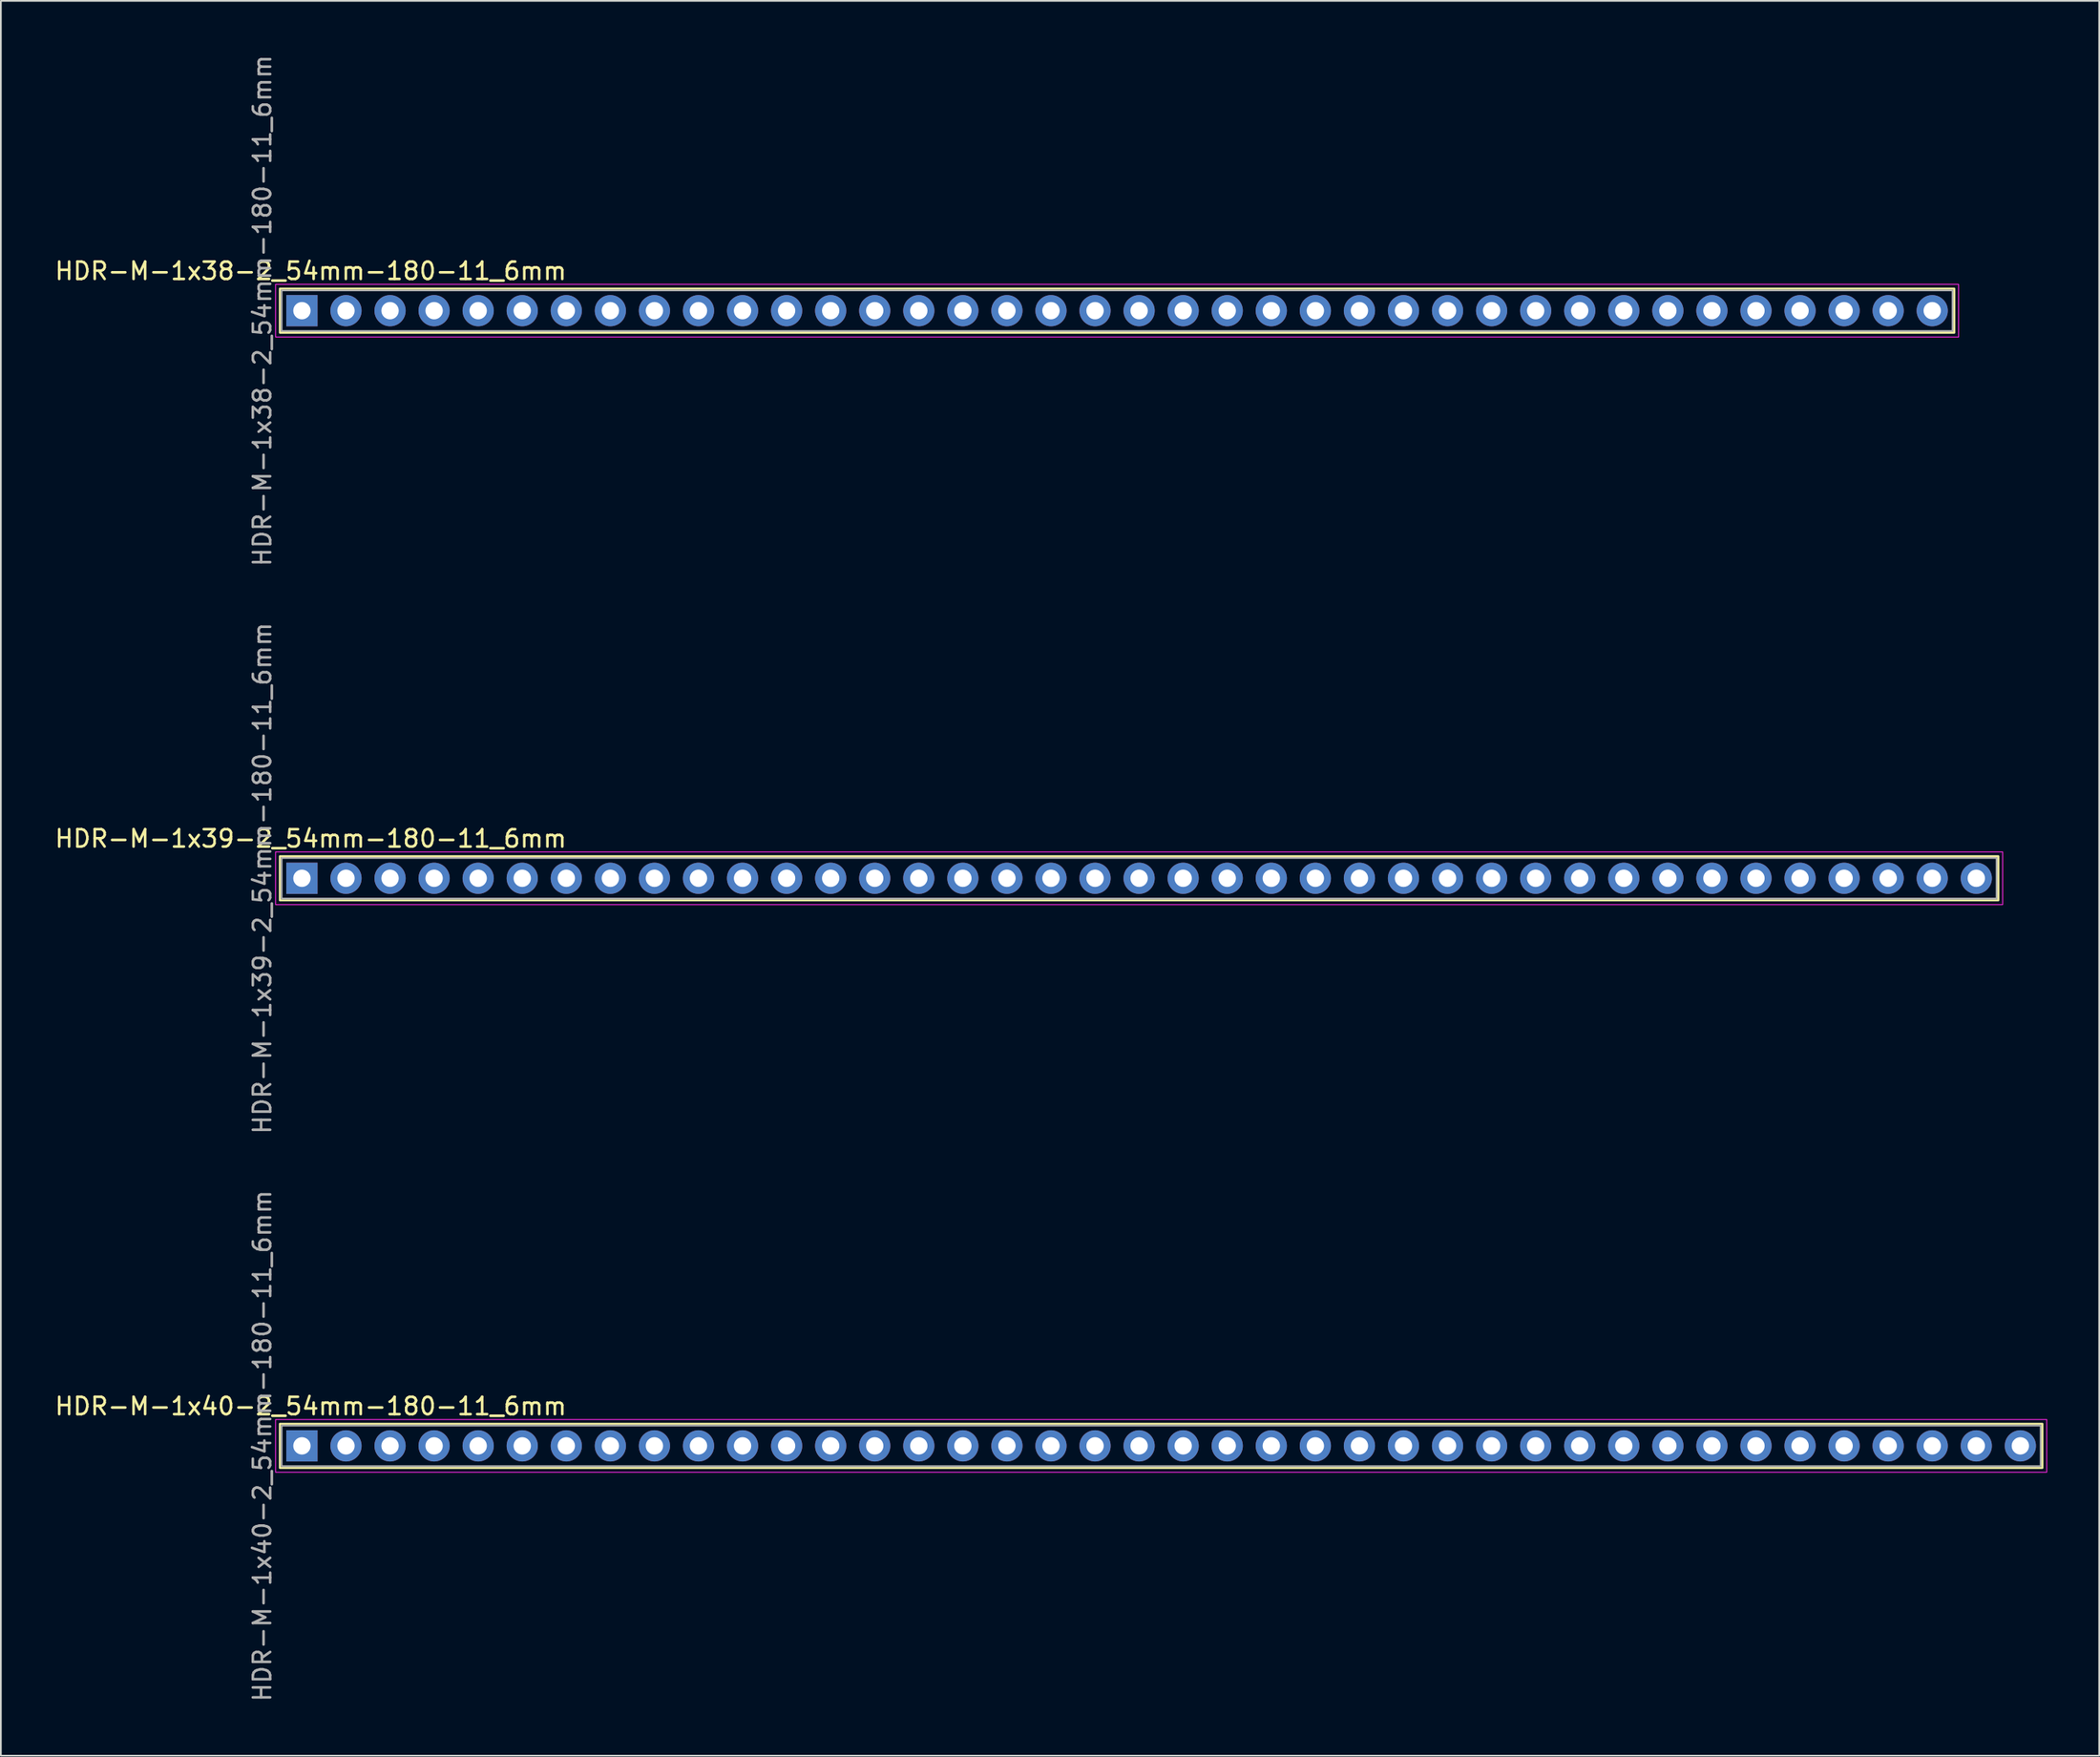
<source format=kicad_pcb>
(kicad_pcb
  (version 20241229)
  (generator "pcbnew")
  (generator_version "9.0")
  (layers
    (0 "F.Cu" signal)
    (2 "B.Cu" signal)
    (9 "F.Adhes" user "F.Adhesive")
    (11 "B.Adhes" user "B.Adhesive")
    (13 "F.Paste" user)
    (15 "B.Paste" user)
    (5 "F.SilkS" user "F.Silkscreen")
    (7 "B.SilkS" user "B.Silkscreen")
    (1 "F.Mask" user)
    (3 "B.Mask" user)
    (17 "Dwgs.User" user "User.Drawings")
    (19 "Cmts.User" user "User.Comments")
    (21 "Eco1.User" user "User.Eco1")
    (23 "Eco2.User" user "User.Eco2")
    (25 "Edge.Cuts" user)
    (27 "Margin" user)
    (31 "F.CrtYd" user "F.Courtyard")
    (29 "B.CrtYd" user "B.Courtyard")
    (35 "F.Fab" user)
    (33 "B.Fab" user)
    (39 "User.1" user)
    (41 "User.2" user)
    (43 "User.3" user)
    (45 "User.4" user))
  (footprint "HDR-M-1x38-2_54mm-180-11_6mm"
    (layer "F.Cu")
    (at 14.355 14.863)
    (property "Reference" "HDR-M-1x38-2_54mm-180-11_6mm" (at 0.508 -2.286 0) (unlocked yes) (layer "F.SilkS") (effects (font (size 1 1) (thickness 0.15))))
    (attr through_hole)
    (fp_rect (start -1.27 -1.27) (end 95.25 1.27) (stroke (width 0.12) (type solid)) (fill no) (layer "F.SilkS"))
    (fp_rect (start -1.52 -1.52) (end 95.5 1.52) (stroke (width 0.05) (type solid)) (fill no) (layer "F.CrtYd"))
    (fp_rect (start -1.17 -1.17) (end 95.15 1.17) (stroke (width 0.1) (type solid)) (fill no) (layer "F.Fab"))
    (fp_text user "${REFERENCE}" (at -2.286 0 90) (unlocked yes) (layer "F.Fab") (effects (font (size 1 1) (thickness 0.15))))
    (pad "1" thru_hole rect (at 0 0) (size 1.8 1.8) (drill 1) (layers "*.Cu" "*.Mask"))
    (pad "2" thru_hole circle (at 2.54 0) (size 1.8 1.8) (drill 1) (layers "*.Cu" "*.Mask"))
    (pad "3" thru_hole circle (at 5.08 0) (size 1.8 1.8) (drill 1) (layers "*.Cu" "*.Mask"))
    (pad "4" thru_hole circle (at 7.62 0) (size 1.8 1.8) (drill 1) (layers "*.Cu" "*.Mask"))
    (pad "5" thru_hole circle (at 10.16 0) (size 1.8 1.8) (drill 1) (layers "*.Cu" "*.Mask"))
    (pad "6" thru_hole circle (at 12.7 0) (size 1.8 1.8) (drill 1) (layers "*.Cu" "*.Mask"))
    (pad "7" thru_hole circle (at 15.24 0) (size 1.8 1.8) (drill 1) (layers "*.Cu" "*.Mask"))
    (pad "8" thru_hole circle (at 17.78 0) (size 1.8 1.8) (drill 1) (layers "*.Cu" "*.Mask"))
    (pad "9" thru_hole circle (at 20.32 0) (size 1.8 1.8) (drill 1) (layers "*.Cu" "*.Mask"))
    (pad "10" thru_hole circle (at 22.86 0) (size 1.8 1.8) (drill 1) (layers "*.Cu" "*.Mask"))
    (pad "11" thru_hole circle (at 25.4 0) (size 1.8 1.8) (drill 1) (layers "*.Cu" "*.Mask"))
    (pad "12" thru_hole circle (at 27.94 0) (size 1.8 1.8) (drill 1) (layers "*.Cu" "*.Mask"))
    (pad "13" thru_hole circle (at 30.48 0) (size 1.8 1.8) (drill 1) (layers "*.Cu" "*.Mask"))
    (pad "14" thru_hole circle (at 33.02 0) (size 1.8 1.8) (drill 1) (layers "*.Cu" "*.Mask"))
    (pad "15" thru_hole circle (at 35.56 0) (size 1.8 1.8) (drill 1) (layers "*.Cu" "*.Mask"))
    (pad "16" thru_hole circle (at 38.1 0) (size 1.8 1.8) (drill 1) (layers "*.Cu" "*.Mask"))
    (pad "17" thru_hole circle (at 40.64 0) (size 1.8 1.8) (drill 1) (layers "*.Cu" "*.Mask"))
    (pad "18" thru_hole circle (at 43.18 0) (size 1.8 1.8) (drill 1) (layers "*.Cu" "*.Mask"))
    (pad "19" thru_hole circle (at 45.72 0) (size 1.8 1.8) (drill 1) (layers "*.Cu" "*.Mask"))
    (pad "20" thru_hole circle (at 48.26 0) (size 1.8 1.8) (drill 1) (layers "*.Cu" "*.Mask"))
    (pad "21" thru_hole circle (at 50.8 0) (size 1.8 1.8) (drill 1) (layers "*.Cu" "*.Mask"))
    (pad "22" thru_hole circle (at 53.34 0) (size 1.8 1.8) (drill 1) (layers "*.Cu" "*.Mask"))
    (pad "23" thru_hole circle (at 55.88 0) (size 1.8 1.8) (drill 1) (layers "*.Cu" "*.Mask"))
    (pad "24" thru_hole circle (at 58.42 0) (size 1.8 1.8) (drill 1) (layers "*.Cu" "*.Mask"))
    (pad "25" thru_hole circle (at 60.96 0) (size 1.8 1.8) (drill 1) (layers "*.Cu" "*.Mask"))
    (pad "26" thru_hole circle (at 63.5 0) (size 1.8 1.8) (drill 1) (layers "*.Cu" "*.Mask"))
    (pad "27" thru_hole circle (at 66.04 0) (size 1.8 1.8) (drill 1) (layers "*.Cu" "*.Mask"))
    (pad "28" thru_hole circle (at 68.58 0) (size 1.8 1.8) (drill 1) (layers "*.Cu" "*.Mask"))
    (pad "29" thru_hole circle (at 71.12 0) (size 1.8 1.8) (drill 1) (layers "*.Cu" "*.Mask"))
    (pad "30" thru_hole circle (at 73.66 0) (size 1.8 1.8) (drill 1) (layers "*.Cu" "*.Mask"))
    (pad "31" thru_hole circle (at 76.2 0) (size 1.8 1.8) (drill 1) (layers "*.Cu" "*.Mask"))
    (pad "32" thru_hole circle (at 78.74 0) (size 1.8 1.8) (drill 1) (layers "*.Cu" "*.Mask"))
    (pad "33" thru_hole circle (at 81.28 0) (size 1.8 1.8) (drill 1) (layers "*.Cu" "*.Mask"))
    (pad "34" thru_hole circle (at 83.82 0) (size 1.8 1.8) (drill 1) (layers "*.Cu" "*.Mask"))
    (pad "35" thru_hole circle (at 86.36 0) (size 1.8 1.8) (drill 1) (layers "*.Cu" "*.Mask"))
    (pad "36" thru_hole circle (at 88.9 0) (size 1.8 1.8) (drill 1) (layers "*.Cu" "*.Mask"))
    (pad "37" thru_hole circle (at 91.44 0) (size 1.8 1.8) (drill 1) (layers "*.Cu" "*.Mask"))
    (pad "38" thru_hole circle (at 93.98 0) (size 1.8 1.8) (drill 1) (layers "*.Cu" "*.Mask")))
  (footprint "HDR-M-1x40-2_54mm-180-11_6mm"
    (layer "F.Cu")
    (at 14.355 80.315)
    (property "Reference" "HDR-M-1x40-2_54mm-180-11_6mm" (at 0.508 -2.286 0) (unlocked yes) (layer "F.SilkS") (effects (font (size 1 1) (thickness 0.15))))
    (attr through_hole)
    (fp_rect (start -1.27 -1.27) (end 100.33 1.27) (stroke (width 0.12) (type solid)) (fill no) (layer "F.SilkS"))
    (fp_rect (start -1.52 -1.52) (end 100.58 1.52) (stroke (width 0.05) (type solid)) (fill no) (layer "F.CrtYd"))
    (fp_rect (start -1.17 -1.17) (end 100.23 1.17) (stroke (width 0.1) (type solid)) (fill no) (layer "F.Fab"))
    (fp_text user "${REFERENCE}" (at -2.286 0 90) (unlocked yes) (layer "F.Fab") (effects (font (size 1 1) (thickness 0.15))))
    (pad "1" thru_hole rect (at 0 0) (size 1.8 1.8) (drill 1) (layers "*.Cu" "*.Mask"))
    (pad "2" thru_hole circle (at 2.54 0) (size 1.8 1.8) (drill 1) (layers "*.Cu" "*.Mask"))
    (pad "3" thru_hole circle (at 5.08 0) (size 1.8 1.8) (drill 1) (layers "*.Cu" "*.Mask"))
    (pad "4" thru_hole circle (at 7.62 0) (size 1.8 1.8) (drill 1) (layers "*.Cu" "*.Mask"))
    (pad "5" thru_hole circle (at 10.16 0) (size 1.8 1.8) (drill 1) (layers "*.Cu" "*.Mask"))
    (pad "6" thru_hole circle (at 12.7 0) (size 1.8 1.8) (drill 1) (layers "*.Cu" "*.Mask"))
    (pad "7" thru_hole circle (at 15.24 0) (size 1.8 1.8) (drill 1) (layers "*.Cu" "*.Mask"))
    (pad "8" thru_hole circle (at 17.78 0) (size 1.8 1.8) (drill 1) (layers "*.Cu" "*.Mask"))
    (pad "9" thru_hole circle (at 20.32 0) (size 1.8 1.8) (drill 1) (layers "*.Cu" "*.Mask"))
    (pad "10" thru_hole circle (at 22.86 0) (size 1.8 1.8) (drill 1) (layers "*.Cu" "*.Mask"))
    (pad "11" thru_hole circle (at 25.4 0) (size 1.8 1.8) (drill 1) (layers "*.Cu" "*.Mask"))
    (pad "12" thru_hole circle (at 27.94 0) (size 1.8 1.8) (drill 1) (layers "*.Cu" "*.Mask"))
    (pad "13" thru_hole circle (at 30.48 0) (size 1.8 1.8) (drill 1) (layers "*.Cu" "*.Mask"))
    (pad "14" thru_hole circle (at 33.02 0) (size 1.8 1.8) (drill 1) (layers "*.Cu" "*.Mask"))
    (pad "15" thru_hole circle (at 35.56 0) (size 1.8 1.8) (drill 1) (layers "*.Cu" "*.Mask"))
    (pad "16" thru_hole circle (at 38.1 0) (size 1.8 1.8) (drill 1) (layers "*.Cu" "*.Mask"))
    (pad "17" thru_hole circle (at 40.64 0) (size 1.8 1.8) (drill 1) (layers "*.Cu" "*.Mask"))
    (pad "18" thru_hole circle (at 43.18 0) (size 1.8 1.8) (drill 1) (layers "*.Cu" "*.Mask"))
    (pad "19" thru_hole circle (at 45.72 0) (size 1.8 1.8) (drill 1) (layers "*.Cu" "*.Mask"))
    (pad "20" thru_hole circle (at 48.26 0) (size 1.8 1.8) (drill 1) (layers "*.Cu" "*.Mask"))
    (pad "21" thru_hole circle (at 50.8 0) (size 1.8 1.8) (drill 1) (layers "*.Cu" "*.Mask"))
    (pad "22" thru_hole circle (at 53.34 0) (size 1.8 1.8) (drill 1) (layers "*.Cu" "*.Mask"))
    (pad "23" thru_hole circle (at 55.88 0) (size 1.8 1.8) (drill 1) (layers "*.Cu" "*.Mask"))
    (pad "24" thru_hole circle (at 58.42 0) (size 1.8 1.8) (drill 1) (layers "*.Cu" "*.Mask"))
    (pad "25" thru_hole circle (at 60.96 0) (size 1.8 1.8) (drill 1) (layers "*.Cu" "*.Mask"))
    (pad "26" thru_hole circle (at 63.5 0) (size 1.8 1.8) (drill 1) (layers "*.Cu" "*.Mask"))
    (pad "27" thru_hole circle (at 66.04 0) (size 1.8 1.8) (drill 1) (layers "*.Cu" "*.Mask"))
    (pad "28" thru_hole circle (at 68.58 0) (size 1.8 1.8) (drill 1) (layers "*.Cu" "*.Mask"))
    (pad "29" thru_hole circle (at 71.12 0) (size 1.8 1.8) (drill 1) (layers "*.Cu" "*.Mask"))
    (pad "30" thru_hole circle (at 73.66 0) (size 1.8 1.8) (drill 1) (layers "*.Cu" "*.Mask"))
    (pad "31" thru_hole circle (at 76.2 0) (size 1.8 1.8) (drill 1) (layers "*.Cu" "*.Mask"))
    (pad "32" thru_hole circle (at 78.74 0) (size 1.8 1.8) (drill 1) (layers "*.Cu" "*.Mask"))
    (pad "33" thru_hole circle (at 81.28 0) (size 1.8 1.8) (drill 1) (layers "*.Cu" "*.Mask"))
    (pad "34" thru_hole circle (at 83.82 0) (size 1.8 1.8) (drill 1) (layers "*.Cu" "*.Mask"))
    (pad "35" thru_hole circle (at 86.36 0) (size 1.8 1.8) (drill 1) (layers "*.Cu" "*.Mask"))
    (pad "36" thru_hole circle (at 88.9 0) (size 1.8 1.8) (drill 1) (layers "*.Cu" "*.Mask"))
    (pad "37" thru_hole circle (at 91.44 0) (size 1.8 1.8) (drill 1) (layers "*.Cu" "*.Mask"))
    (pad "38" thru_hole circle (at 93.98 0) (size 1.8 1.8) (drill 1) (layers "*.Cu" "*.Mask"))
    (pad "39" thru_hole circle (at 96.52 0) (size 1.8 1.8) (drill 1) (layers "*.Cu" "*.Mask"))
    (pad "40" thru_hole circle (at 99.06 0) (size 1.8 1.8) (drill 1) (layers "*.Cu" "*.Mask")))
  (footprint "HDR-M-1x39-2_54mm-180-11_6mm"
    (layer "F.Cu")
    (at 14.355 47.589)
    (property "Reference" "HDR-M-1x39-2_54mm-180-11_6mm" (at 0.508 -2.286 0) (unlocked yes) (layer "F.SilkS") (effects (font (size 1 1) (thickness 0.15))))
    (attr through_hole)
    (fp_rect (start -1.27 -1.27) (end 97.79 1.27) (stroke (width 0.12) (type solid)) (fill no) (layer "F.SilkS"))
    (fp_rect (start -1.52 -1.52) (end 98.04 1.52) (stroke (width 0.05) (type solid)) (fill no) (layer "F.CrtYd"))
    (fp_rect (start -1.17 -1.17) (end 97.69 1.17) (stroke (width 0.1) (type solid)) (fill no) (layer "F.Fab"))
    (fp_text user "${REFERENCE}" (at -2.286 0 90) (unlocked yes) (layer "F.Fab") (effects (font (size 1 1) (thickness 0.15))))
    (pad "1" thru_hole rect (at 0 0) (size 1.8 1.8) (drill 1) (layers "*.Cu" "*.Mask"))
    (pad "2" thru_hole circle (at 2.54 0) (size 1.8 1.8) (drill 1) (layers "*.Cu" "*.Mask"))
    (pad "3" thru_hole circle (at 5.08 0) (size 1.8 1.8) (drill 1) (layers "*.Cu" "*.Mask"))
    (pad "4" thru_hole circle (at 7.62 0) (size 1.8 1.8) (drill 1) (layers "*.Cu" "*.Mask"))
    (pad "5" thru_hole circle (at 10.16 0) (size 1.8 1.8) (drill 1) (layers "*.Cu" "*.Mask"))
    (pad "6" thru_hole circle (at 12.7 0) (size 1.8 1.8) (drill 1) (layers "*.Cu" "*.Mask"))
    (pad "7" thru_hole circle (at 15.24 0) (size 1.8 1.8) (drill 1) (layers "*.Cu" "*.Mask"))
    (pad "8" thru_hole circle (at 17.78 0) (size 1.8 1.8) (drill 1) (layers "*.Cu" "*.Mask"))
    (pad "9" thru_hole circle (at 20.32 0) (size 1.8 1.8) (drill 1) (layers "*.Cu" "*.Mask"))
    (pad "10" thru_hole circle (at 22.86 0) (size 1.8 1.8) (drill 1) (layers "*.Cu" "*.Mask"))
    (pad "11" thru_hole circle (at 25.4 0) (size 1.8 1.8) (drill 1) (layers "*.Cu" "*.Mask"))
    (pad "12" thru_hole circle (at 27.94 0) (size 1.8 1.8) (drill 1) (layers "*.Cu" "*.Mask"))
    (pad "13" thru_hole circle (at 30.48 0) (size 1.8 1.8) (drill 1) (layers "*.Cu" "*.Mask"))
    (pad "14" thru_hole circle (at 33.02 0) (size 1.8 1.8) (drill 1) (layers "*.Cu" "*.Mask"))
    (pad "15" thru_hole circle (at 35.56 0) (size 1.8 1.8) (drill 1) (layers "*.Cu" "*.Mask"))
    (pad "16" thru_hole circle (at 38.1 0) (size 1.8 1.8) (drill 1) (layers "*.Cu" "*.Mask"))
    (pad "17" thru_hole circle (at 40.64 0) (size 1.8 1.8) (drill 1) (layers "*.Cu" "*.Mask"))
    (pad "18" thru_hole circle (at 43.18 0) (size 1.8 1.8) (drill 1) (layers "*.Cu" "*.Mask"))
    (pad "19" thru_hole circle (at 45.72 0) (size 1.8 1.8) (drill 1) (layers "*.Cu" "*.Mask"))
    (pad "20" thru_hole circle (at 48.26 0) (size 1.8 1.8) (drill 1) (layers "*.Cu" "*.Mask"))
    (pad "21" thru_hole circle (at 50.8 0) (size 1.8 1.8) (drill 1) (layers "*.Cu" "*.Mask"))
    (pad "22" thru_hole circle (at 53.34 0) (size 1.8 1.8) (drill 1) (layers "*.Cu" "*.Mask"))
    (pad "23" thru_hole circle (at 55.88 0) (size 1.8 1.8) (drill 1) (layers "*.Cu" "*.Mask"))
    (pad "24" thru_hole circle (at 58.42 0) (size 1.8 1.8) (drill 1) (layers "*.Cu" "*.Mask"))
    (pad "25" thru_hole circle (at 60.96 0) (size 1.8 1.8) (drill 1) (layers "*.Cu" "*.Mask"))
    (pad "26" thru_hole circle (at 63.5 0) (size 1.8 1.8) (drill 1) (layers "*.Cu" "*.Mask"))
    (pad "27" thru_hole circle (at 66.04 0) (size 1.8 1.8) (drill 1) (layers "*.Cu" "*.Mask"))
    (pad "28" thru_hole circle (at 68.58 0) (size 1.8 1.8) (drill 1) (layers "*.Cu" "*.Mask"))
    (pad "29" thru_hole circle (at 71.12 0) (size 1.8 1.8) (drill 1) (layers "*.Cu" "*.Mask"))
    (pad "30" thru_hole circle (at 73.66 0) (size 1.8 1.8) (drill 1) (layers "*.Cu" "*.Mask"))
    (pad "31" thru_hole circle (at 76.2 0) (size 1.8 1.8) (drill 1) (layers "*.Cu" "*.Mask"))
    (pad "32" thru_hole circle (at 78.74 0) (size 1.8 1.8) (drill 1) (layers "*.Cu" "*.Mask"))
    (pad "33" thru_hole circle (at 81.28 0) (size 1.8 1.8) (drill 1) (layers "*.Cu" "*.Mask"))
    (pad "34" thru_hole circle (at 83.82 0) (size 1.8 1.8) (drill 1) (layers "*.Cu" "*.Mask"))
    (pad "35" thru_hole circle (at 86.36 0) (size 1.8 1.8) (drill 1) (layers "*.Cu" "*.Mask"))
    (pad "36" thru_hole circle (at 88.9 0) (size 1.8 1.8) (drill 1) (layers "*.Cu" "*.Mask"))
    (pad "37" thru_hole circle (at 91.44 0) (size 1.8 1.8) (drill 1) (layers "*.Cu" "*.Mask"))
    (pad "38" thru_hole circle (at 93.98 0) (size 1.8 1.8) (drill 1) (layers "*.Cu" "*.Mask"))
    (pad "39" thru_hole circle (at 96.52 0) (size 1.8 1.8) (drill 1) (layers "*.Cu" "*.Mask")))
  (gr_rect
    (start -3 -3)
    (end 117.96 98.179)
    (stroke (width 0.1) (type default))
    (fill no)
    (layer "Edge.Cuts")))
</source>
